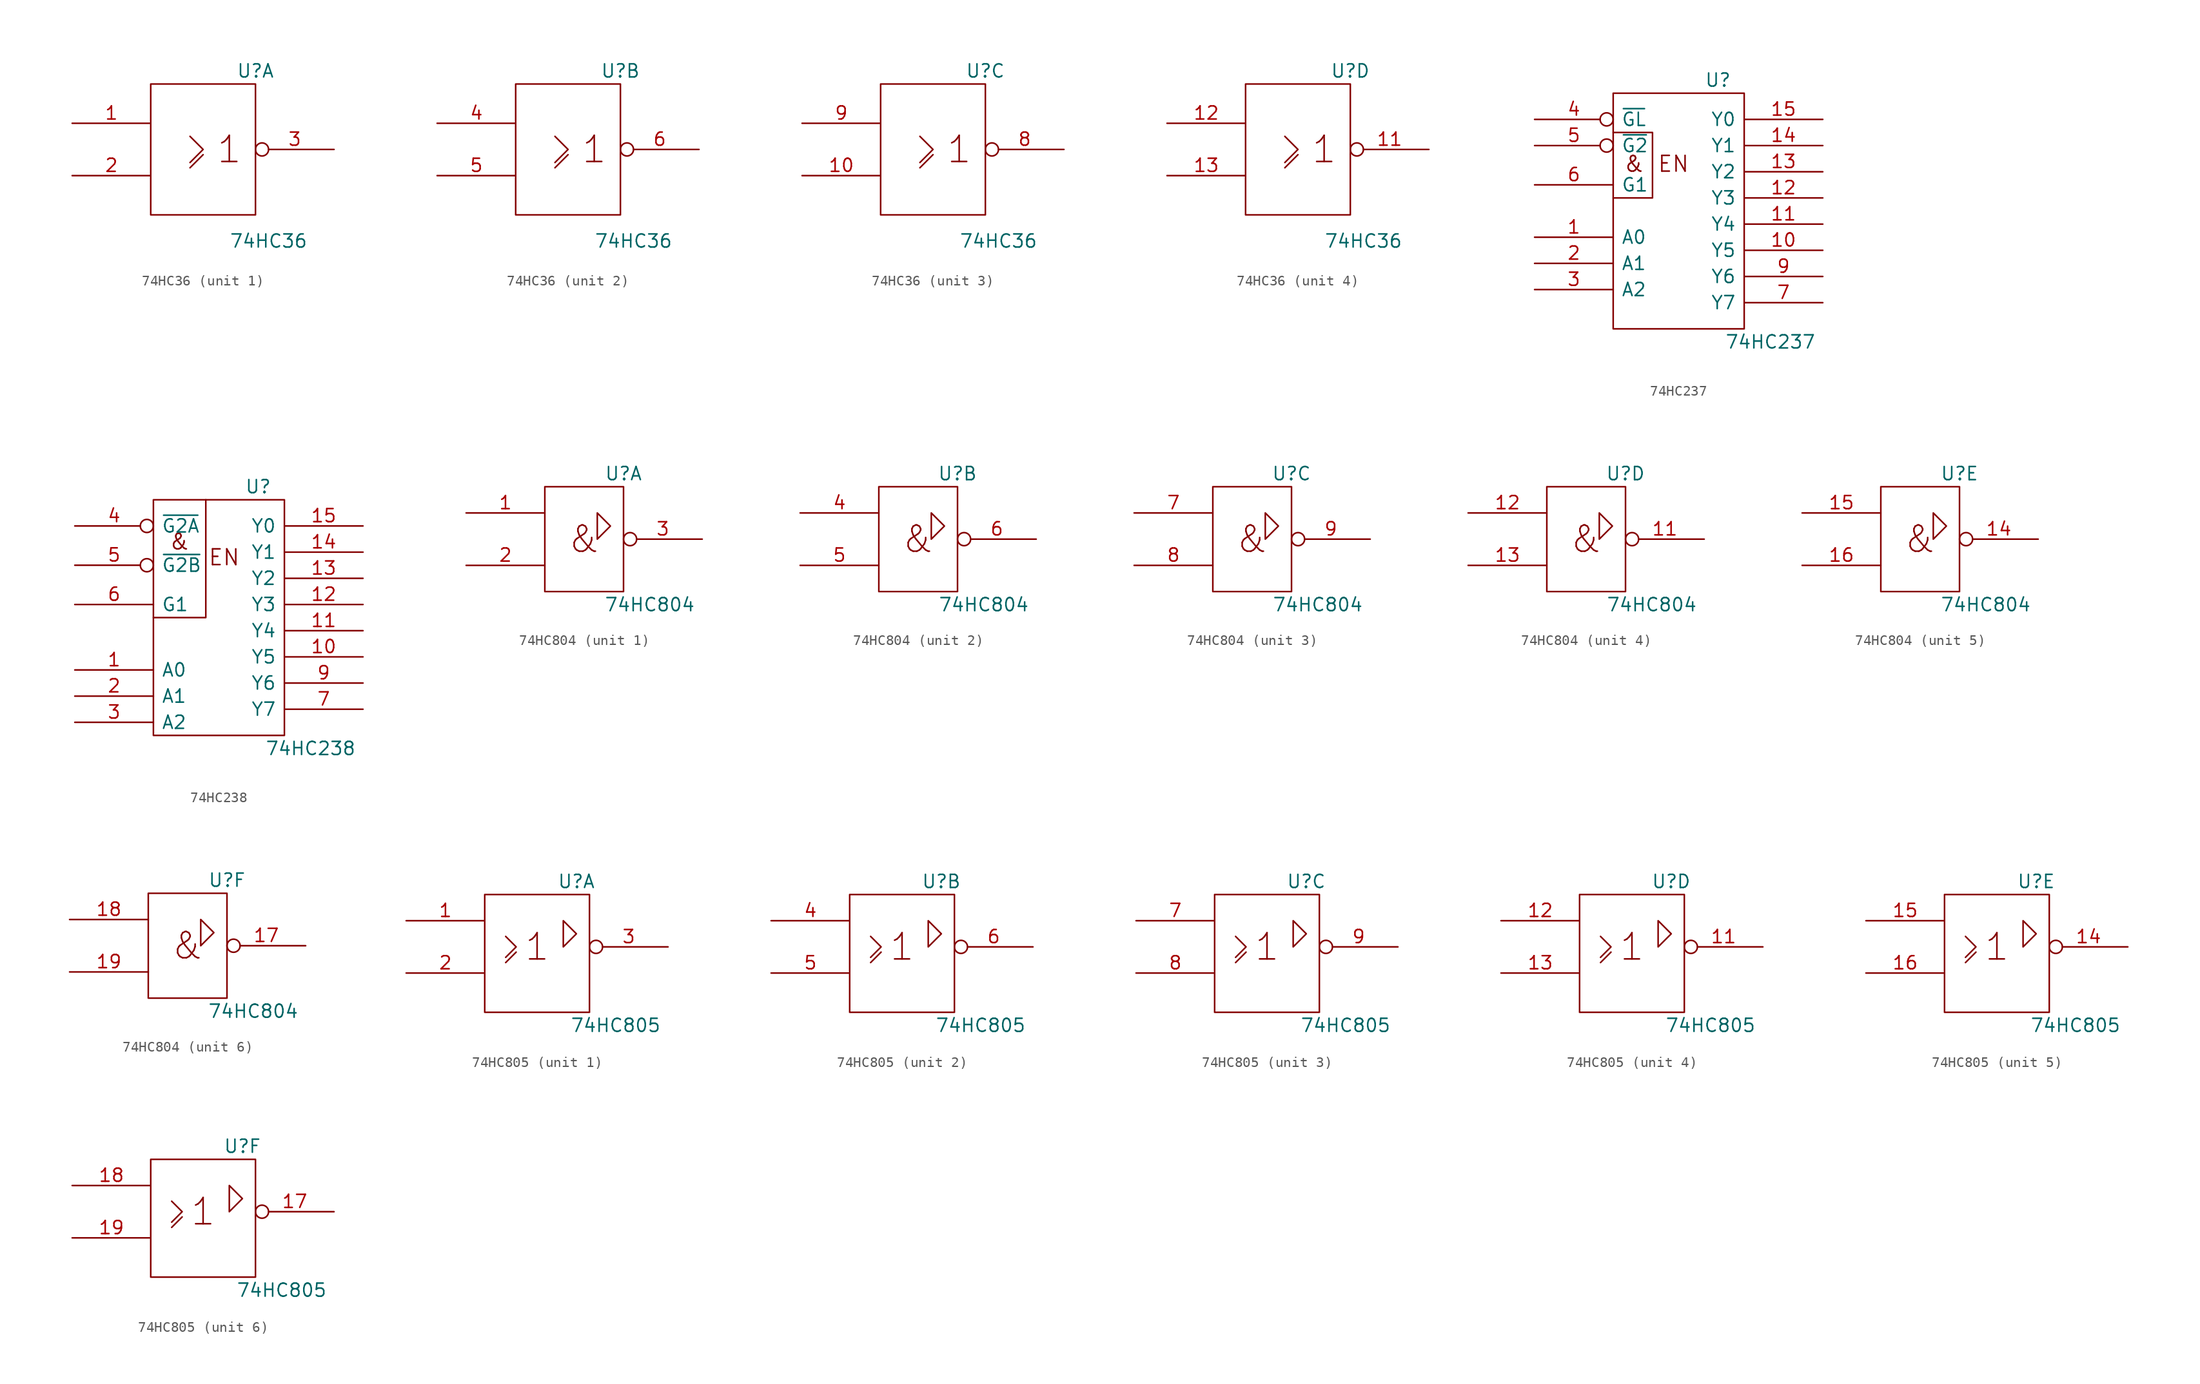
<source format=kicad_sym>
(kicad_symbol_lib
  (version 20201005)
  (generator kicad_symbol_editor)
  (symbol "74HC36"
    (pin_names
      (offset 0.762))
    (property "Reference" "U"
      (at 5.08 7.62 0)
      (effects (font (size 1.27 1.27))))
    (property "Value" "74HC36"
      (at 6.35 -8.89 0)
      (effects (font (size 1.27 1.27))))
    (symbol "74HC36_0_0"
      (text "1" (at 2.54 0 0) (effects (font (size 2.54 2.54))))
      (polyline (pts (xy -1.27 -1.778) (xy 0 -0.508) (xy 0 -0.508)) (stroke (width 0)) (fill (type none)))
      (polyline (pts (xy -1.27 1.27) (xy 0 0) (xy -1.27 -1.27) (xy -1.27 -1.27)) (stroke (width 0)) (fill (type none))))
    (symbol "74HC36_0_1"
      (rectangle (start -5.08 6.35) (end 5.08 -6.35) (stroke (width 0)) (fill (type none)))
      (pin power_in line (at 0 6.35 270) (length 0) hide (name "Vcc" (effects (font (size 1.27 1.27)))) (number "14" (effects (font (size 1.27 1.27)))))
      (pin power_in line (at 0 -6.35 90) (length 0) hide (name "Gnd" (effects (font (size 1.27 1.27)))) (number "7" (effects (font (size 1.27 1.27))))))
    (symbol "74HC36_1_1"
      (pin output inverted (at 12.7 0 180) (length 7.62) (name "~" (effects (font (size 1.27 1.27)))) (number "3" (effects (font (size 1.27 1.27)))))
      (pin input line (at -12.7 -2.54 0) (length 7.62) (name "~" (effects (font (size 1.27 1.27)))) (number "2" (effects (font (size 1.27 1.27)))))
      (pin input line (at -12.7 2.54 0) (length 7.62) (name "~" (effects (font (size 1.27 1.27)))) (number "1" (effects (font (size 1.27 1.27))))))
    (symbol "74HC36_2_1"
      (pin output inverted (at 12.7 0 180) (length 7.62) (name "~" (effects (font (size 1.27 1.27)))) (number "6" (effects (font (size 1.27 1.27)))))
      (pin input line (at -12.7 -2.54 0) (length 7.62) (name "~" (effects (font (size 1.27 1.27)))) (number "5" (effects (font (size 1.27 1.27)))))
      (pin input line (at -12.7 2.54 0) (length 7.62) (name "~" (effects (font (size 1.27 1.27)))) (number "4" (effects (font (size 1.27 1.27))))))
    (symbol "74HC36_3_1"
      (pin output inverted (at 12.7 0 180) (length 7.62) (name "~" (effects (font (size 1.27 1.27)))) (number "8" (effects (font (size 1.27 1.27)))))
      (pin input line (at -12.7 -2.54 0) (length 7.62) (name "~" (effects (font (size 1.27 1.27)))) (number "10" (effects (font (size 1.27 1.27)))))
      (pin input line (at -12.7 2.54 0) (length 7.62) (name "~" (effects (font (size 1.27 1.27)))) (number "9" (effects (font (size 1.27 1.27))))))
    (symbol "74HC36_4_1"
      (pin output inverted (at 12.7 0 180) (length 7.62) (name "~" (effects (font (size 1.27 1.27)))) (number "11" (effects (font (size 1.27 1.27)))))
      (pin input line (at -12.7 -2.54 0) (length 7.62) (name "~" (effects (font (size 1.27 1.27)))) (number "13" (effects (font (size 1.27 1.27)))))
      (pin input line (at -12.7 2.54 0) (length 7.62) (name "~" (effects (font (size 1.27 1.27)))) (number "12" (effects (font (size 1.27 1.27)))))))
  (symbol "74HC237"
    (pin_names
      (offset 0.762))
    (property "Reference" "U"
      (at 3.81 8.89 0)
      (effects (font (size 1.27 1.27))))
    (property "Value" "74HC237"
      (at 8.89 -16.51 0)
      (effects (font (size 1.27 1.27))))
    (symbol "74HC237_0_0"
      (text "EN" (at -0.508 0.762 0) (effects (font (size 1.524 1.524))))
      (text "&" (at -4.318 0.762 0) (effects (font (size 1.524 1.524))))
      (pin power_in line (at 0 7.62 270) (length 0) hide (name "VCC" (effects (font (size 1.27 1.27)))) (number "16" (effects (font (size 1.27 1.27))))))
    (symbol "74HC237_0_1"
      (rectangle (start -6.35 7.62) (end 6.35 -15.24) (stroke (width 0)) (fill (type none)))
      (polyline (pts (xy -6.35 3.81) (xy -2.54 3.81) (xy -2.54 -2.54) (xy -6.35 -2.54) (xy -6.35 -2.54)) (stroke (width 0)) (fill (type none)))
      (pin power_in line (at 0 -15.24 90) (length 0) hide (name "GND" (effects (font (size 1.27 1.27)))) (number "8" (effects (font (size 1.27 1.27))))))
    (symbol "74HC237_1_1"
      (pin output line (at 13.97 -12.7 180) (length 7.62) (name "Y7" (effects (font (size 1.27 1.27)))) (number "7" (effects (font (size 1.27 1.27)))))
      (pin output line (at 13.97 -10.16 180) (length 7.62) (name "Y6" (effects (font (size 1.27 1.27)))) (number "9" (effects (font (size 1.27 1.27)))))
      (pin output line (at 13.97 -7.62 180) (length 7.62) (name "Y5" (effects (font (size 1.27 1.27)))) (number "10" (effects (font (size 1.27 1.27)))))
      (pin output line (at 13.97 -5.08 180) (length 7.62) (name "Y4" (effects (font (size 1.27 1.27)))) (number "11" (effects (font (size 1.27 1.27)))))
      (pin output line (at 13.97 -2.54 180) (length 7.62) (name "Y3" (effects (font (size 1.27 1.27)))) (number "12" (effects (font (size 1.27 1.27)))))
      (pin output line (at 13.97 0 180) (length 7.62) (name "Y2" (effects (font (size 1.27 1.27)))) (number "13" (effects (font (size 1.27 1.27)))))
      (pin output line (at 13.97 2.54 180) (length 7.62) (name "Y1" (effects (font (size 1.27 1.27)))) (number "14" (effects (font (size 1.27 1.27)))))
      (pin output line (at 13.97 5.08 180) (length 7.62) (name "Y0" (effects (font (size 1.27 1.27)))) (number "15" (effects (font (size 1.27 1.27)))))
      (pin input line (at -13.97 -11.43 0) (length 7.62) (name "A2" (effects (font (size 1.27 1.27)))) (number "3" (effects (font (size 1.27 1.27)))))
      (pin input line (at -13.97 -8.89 0) (length 7.62) (name "A1" (effects (font (size 1.27 1.27)))) (number "2" (effects (font (size 1.27 1.27)))))
      (pin input line (at -13.97 -6.35 0) (length 7.62) (name "A0" (effects (font (size 1.27 1.27)))) (number "1" (effects (font (size 1.27 1.27)))))
      (pin input line (at -13.97 -1.27 0) (length 7.62) (name "G1" (effects (font (size 1.27 1.27)))) (number "6" (effects (font (size 1.27 1.27)))))
      (pin input inverted (at -13.97 2.54 0) (length 7.62) (name "~G2" (effects (font (size 1.27 1.27)))) (number "5" (effects (font (size 1.27 1.27)))))
      (pin input inverted (at -13.97 5.08 0) (length 7.62) (name "~GL" (effects (font (size 1.27 1.27)))) (number "4" (effects (font (size 1.27 1.27)))))))
  (symbol "74HC238"
    (pin_names
      (offset 0.762))
    (property "Reference" "U"
      (at 3.81 8.89 0)
      (effects (font (size 1.27 1.27))))
    (property "Value" "74HC238"
      (at 8.89 -16.51 0)
      (effects (font (size 1.27 1.27))))
    (symbol "74HC238_0_0"
      (text "&" (at -3.81 3.556 0) (effects (font (size 1.524 1.524))))
      (text "EN" (at 0.508 2.032 0) (effects (font (size 1.524 1.524))))
      (pin power_in line (at 0 7.62 270) (length 0) hide (name "VCC" (effects (font (size 1.27 1.27)))) (number "16" (effects (font (size 1.27 1.27))))))
    (symbol "74HC238_0_1"
      (rectangle (start -6.35 7.62) (end 6.35 -15.24) (stroke (width 0)) (fill (type none)))
      (polyline (pts (xy -1.27 7.62) (xy -1.27 -3.81) (xy -6.35 -3.81) (xy -6.35 -3.81)) (stroke (width 0)) (fill (type none))))
    (symbol "74HC238_1_1"
      (pin output line (at 13.97 -12.7 180) (length 7.62) (name "Y7" (effects (font (size 1.27 1.27)))) (number "7" (effects (font (size 1.27 1.27)))))
      (pin output line (at 13.97 -10.16 180) (length 7.62) (name "Y6" (effects (font (size 1.27 1.27)))) (number "9" (effects (font (size 1.27 1.27)))))
      (pin output line (at 13.97 -7.62 180) (length 7.62) (name "Y5" (effects (font (size 1.27 1.27)))) (number "10" (effects (font (size 1.27 1.27)))))
      (pin output line (at 13.97 -5.08 180) (length 7.62) (name "Y4" (effects (font (size 1.27 1.27)))) (number "11" (effects (font (size 1.27 1.27)))))
      (pin output line (at 13.97 -2.54 180) (length 7.62) (name "Y3" (effects (font (size 1.27 1.27)))) (number "12" (effects (font (size 1.27 1.27)))))
      (pin output line (at 13.97 0 180) (length 7.62) (name "Y2" (effects (font (size 1.27 1.27)))) (number "13" (effects (font (size 1.27 1.27)))))
      (pin output line (at 13.97 2.54 180) (length 7.62) (name "Y1" (effects (font (size 1.27 1.27)))) (number "14" (effects (font (size 1.27 1.27)))))
      (pin output line (at 13.97 5.08 180) (length 7.62) (name "Y0" (effects (font (size 1.27 1.27)))) (number "15" (effects (font (size 1.27 1.27)))))
      (pin input line (at -13.97 -13.97 0) (length 7.62) (name "A2" (effects (font (size 1.27 1.27)))) (number "3" (effects (font (size 1.27 1.27)))))
      (pin input line (at -13.97 -11.43 0) (length 7.62) (name "A1" (effects (font (size 1.27 1.27)))) (number "2" (effects (font (size 1.27 1.27)))))
      (pin input line (at -13.97 -8.89 0) (length 7.62) (name "A0" (effects (font (size 1.27 1.27)))) (number "1" (effects (font (size 1.27 1.27)))))
      (pin input line (at -13.97 -2.54 0) (length 7.62) (name "G1" (effects (font (size 1.27 1.27)))) (number "6" (effects (font (size 1.27 1.27)))))
      (pin input inverted (at -13.97 1.27 0) (length 7.62) (name "~G2B" (effects (font (size 1.27 1.27)))) (number "5" (effects (font (size 1.27 1.27)))))
      (pin input inverted (at -13.97 5.08 0) (length 7.62) (name "~G2A" (effects (font (size 1.27 1.27)))) (number "4" (effects (font (size 1.27 1.27)))))
      (pin power_in line (at 0 -15.24 90) (length 0) hide (name "GND" (effects (font (size 1.27 1.27)))) (number "8" (effects (font (size 1.27 1.27)))))))
  (symbol "74HC804"
    (pin_names
      (offset 0.762))
    (property "Reference" "U"
      (at 3.81 6.35 0)
      (effects (font (size 1.27 1.27))))
    (property "Value" "74HC804"
      (at 6.35 -6.35 0)
      (effects (font (size 1.27 1.27))))
    (symbol "74HC804_0_1"
      (text "&" (at 0 0 0) (effects (font (size 2.54 2.54))))
      (rectangle (start -3.81 5.08) (end 3.81 -5.08) (stroke (width 0)) (fill (type none)))
      (polyline (pts (xy 1.27 0) (xy 1.27 2.54) (xy 2.54 1.27) (xy 1.27 0) (xy 1.27 0)) (stroke (width 0)) (fill (type none)))
      (pin power_in line (at 0 5.08 270) (length 0) hide (name "Vcc" (effects (font (size 1.27 1.27)))) (number "20" (effects (font (size 1.27 1.27)))))
      (pin power_in line (at 0 -5.08 90) (length 0) hide (name "Gnd" (effects (font (size 1.27 1.27)))) (number "10" (effects (font (size 1.27 1.27))))))
    (symbol "74HC804_1_1"
      (pin output inverted (at 11.43 0 180) (length 7.62) (name "~" (effects (font (size 1.27 1.27)))) (number "3" (effects (font (size 1.27 1.27)))))
      (pin input line (at -11.43 -2.54 0) (length 7.62) (name "~" (effects (font (size 1.27 1.27)))) (number "2" (effects (font (size 1.27 1.27)))))
      (pin input line (at -11.43 2.54 0) (length 7.62) (name "~" (effects (font (size 1.27 1.27)))) (number "1" (effects (font (size 1.27 1.27))))))
    (symbol "74HC804_2_1"
      (pin output inverted (at 11.43 0 180) (length 7.62) (name "~" (effects (font (size 1.27 1.27)))) (number "6" (effects (font (size 1.27 1.27)))))
      (pin input line (at -11.43 -2.54 0) (length 7.62) (name "~" (effects (font (size 1.27 1.27)))) (number "5" (effects (font (size 1.27 1.27)))))
      (pin input line (at -11.43 2.54 0) (length 7.62) (name "~" (effects (font (size 1.27 1.27)))) (number "4" (effects (font (size 1.27 1.27))))))
    (symbol "74HC804_3_1"
      (pin output inverted (at 11.43 0 180) (length 7.62) (name "~" (effects (font (size 1.27 1.27)))) (number "9" (effects (font (size 1.27 1.27)))))
      (pin input line (at -11.43 -2.54 0) (length 7.62) (name "~" (effects (font (size 1.27 1.27)))) (number "8" (effects (font (size 1.27 1.27)))))
      (pin input line (at -11.43 2.54 0) (length 7.62) (name "~" (effects (font (size 1.27 1.27)))) (number "7" (effects (font (size 1.27 1.27))))))
    (symbol "74HC804_4_1"
      (pin output inverted (at 11.43 0 180) (length 7.62) (name "~" (effects (font (size 1.27 1.27)))) (number "11" (effects (font (size 1.27 1.27)))))
      (pin input line (at -11.43 -2.54 0) (length 7.62) (name "~" (effects (font (size 1.27 1.27)))) (number "13" (effects (font (size 1.27 1.27)))))
      (pin input line (at -11.43 2.54 0) (length 7.62) (name "~" (effects (font (size 1.27 1.27)))) (number "12" (effects (font (size 1.27 1.27))))))
    (symbol "74HC804_5_1"
      (pin output inverted (at 11.43 0 180) (length 7.62) (name "~" (effects (font (size 1.27 1.27)))) (number "14" (effects (font (size 1.27 1.27)))))
      (pin input line (at -11.43 -2.54 0) (length 7.62) (name "~" (effects (font (size 1.27 1.27)))) (number "16" (effects (font (size 1.27 1.27)))))
      (pin input line (at -11.43 2.54 0) (length 7.62) (name "~" (effects (font (size 1.27 1.27)))) (number "15" (effects (font (size 1.27 1.27))))))
    (symbol "74HC804_6_1"
      (pin output inverted (at 11.43 0 180) (length 7.62) (name "~" (effects (font (size 1.27 1.27)))) (number "17" (effects (font (size 1.27 1.27)))))
      (pin input line (at -11.43 -2.54 0) (length 7.62) (name "~" (effects (font (size 1.27 1.27)))) (number "19" (effects (font (size 1.27 1.27)))))
      (pin input line (at -11.43 2.54 0) (length 7.62) (name "~" (effects (font (size 1.27 1.27)))) (number "18" (effects (font (size 1.27 1.27)))))))
  (symbol "74HC805"
    (pin_names
      (offset 0.762))
    (property "Reference" "U"
      (at 3.81 6.35 0)
      (effects (font (size 1.27 1.27))))
    (property "Value" "74HC805"
      (at 7.62 -7.62 0)
      (effects (font (size 1.27 1.27))))
    (symbol "74HC805_0_1"
      (text "1" (at 0 0 0) (effects (font (size 2.54 2.54))))
      (rectangle (start -5.08 5.08) (end 5.08 -6.35) (stroke (width 0)) (fill (type none)))
      (polyline (pts (xy -3.048 -1.524) (xy -2.032 -0.508) (xy -2.032 -0.508)) (stroke (width 0)) (fill (type none)))
      (polyline (pts (xy -3.048 1.016) (xy -2.032 0) (xy -3.048 -1.016) (xy -3.048 -1.016)) (stroke (width 0)) (fill (type none)))
      (polyline (pts (xy 2.54 0) (xy 2.54 2.54) (xy 3.81 1.27) (xy 2.54 0) (xy 2.54 0)) (stroke (width 0)) (fill (type none)))
      (pin power_in line (at 0 5.08 270) (length 0) hide (name "Vcc" (effects (font (size 1.27 1.27)))) (number "20" (effects (font (size 1.27 1.27)))))
      (pin power_in line (at 0 -6.35 90) (length 0) hide (name "Gnd" (effects (font (size 1.27 1.27)))) (number "10" (effects (font (size 1.27 1.27))))))
    (symbol "74HC805_1_1"
      (pin output inverted (at 12.7 0 180) (length 7.62) (name "~" (effects (font (size 1.27 1.27)))) (number "3" (effects (font (size 1.27 1.27)))))
      (pin input line (at -12.7 -2.54 0) (length 7.62) (name "~" (effects (font (size 1.27 1.27)))) (number "2" (effects (font (size 1.27 1.27)))))
      (pin input line (at -12.7 2.54 0) (length 7.62) (name "~" (effects (font (size 1.27 1.27)))) (number "1" (effects (font (size 1.27 1.27))))))
    (symbol "74HC805_2_1"
      (pin output inverted (at 12.7 0 180) (length 7.62) (name "~" (effects (font (size 1.27 1.27)))) (number "6" (effects (font (size 1.27 1.27)))))
      (pin input line (at -12.7 -2.54 0) (length 7.62) (name "~" (effects (font (size 1.27 1.27)))) (number "5" (effects (font (size 1.27 1.27)))))
      (pin input line (at -12.7 2.54 0) (length 7.62) (name "~" (effects (font (size 1.27 1.27)))) (number "4" (effects (font (size 1.27 1.27))))))
    (symbol "74HC805_3_1"
      (pin output inverted (at 12.7 0 180) (length 7.62) (name "~" (effects (font (size 1.27 1.27)))) (number "9" (effects (font (size 1.27 1.27)))))
      (pin input line (at -12.7 -2.54 0) (length 7.62) (name "~" (effects (font (size 1.27 1.27)))) (number "8" (effects (font (size 1.27 1.27)))))
      (pin input line (at -12.7 2.54 0) (length 7.62) (name "~" (effects (font (size 1.27 1.27)))) (number "7" (effects (font (size 1.27 1.27))))))
    (symbol "74HC805_4_1"
      (pin output inverted (at 12.7 0 180) (length 7.62) (name "~" (effects (font (size 1.27 1.27)))) (number "11" (effects (font (size 1.27 1.27)))))
      (pin input line (at -12.7 -2.54 0) (length 7.62) (name "~" (effects (font (size 1.27 1.27)))) (number "13" (effects (font (size 1.27 1.27)))))
      (pin input line (at -12.7 2.54 0) (length 7.62) (name "~" (effects (font (size 1.27 1.27)))) (number "12" (effects (font (size 1.27 1.27))))))
    (symbol "74HC805_5_1"
      (pin output inverted (at 12.7 0 180) (length 7.62) (name "~" (effects (font (size 1.27 1.27)))) (number "14" (effects (font (size 1.27 1.27)))))
      (pin input line (at -12.7 -2.54 0) (length 7.62) (name "~" (effects (font (size 1.27 1.27)))) (number "16" (effects (font (size 1.27 1.27)))))
      (pin input line (at -12.7 2.54 0) (length 7.62) (name "~" (effects (font (size 1.27 1.27)))) (number "15" (effects (font (size 1.27 1.27))))))
    (symbol "74HC805_6_1"
      (pin output inverted (at 12.7 0 180) (length 7.62) (name "~" (effects (font (size 1.27 1.27)))) (number "17" (effects (font (size 1.27 1.27)))))
      (pin input line (at -12.7 -2.54 0) (length 7.62) (name "~" (effects (font (size 1.27 1.27)))) (number "19" (effects (font (size 1.27 1.27)))))
      (pin input line (at -12.7 2.54 0) (length 7.62) (name "~" (effects (font (size 1.27 1.27)))) (number "18" (effects (font (size 1.27 1.27))))))))
</source>
